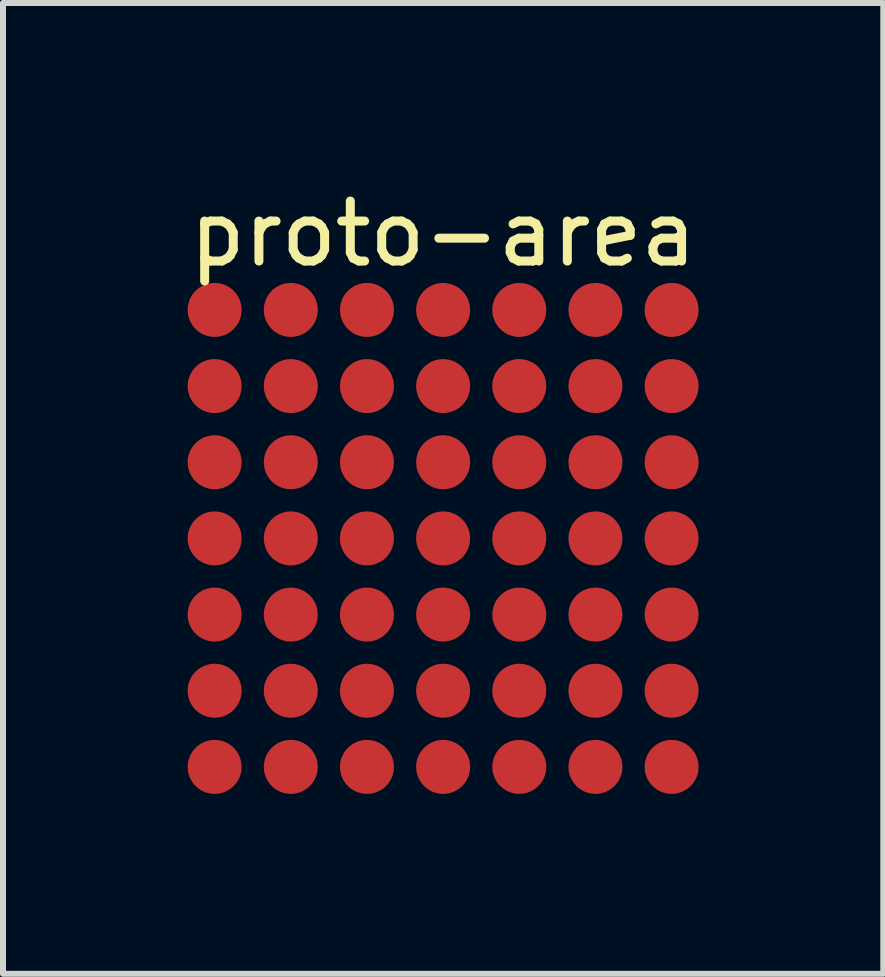
<source format=kicad_pcb>
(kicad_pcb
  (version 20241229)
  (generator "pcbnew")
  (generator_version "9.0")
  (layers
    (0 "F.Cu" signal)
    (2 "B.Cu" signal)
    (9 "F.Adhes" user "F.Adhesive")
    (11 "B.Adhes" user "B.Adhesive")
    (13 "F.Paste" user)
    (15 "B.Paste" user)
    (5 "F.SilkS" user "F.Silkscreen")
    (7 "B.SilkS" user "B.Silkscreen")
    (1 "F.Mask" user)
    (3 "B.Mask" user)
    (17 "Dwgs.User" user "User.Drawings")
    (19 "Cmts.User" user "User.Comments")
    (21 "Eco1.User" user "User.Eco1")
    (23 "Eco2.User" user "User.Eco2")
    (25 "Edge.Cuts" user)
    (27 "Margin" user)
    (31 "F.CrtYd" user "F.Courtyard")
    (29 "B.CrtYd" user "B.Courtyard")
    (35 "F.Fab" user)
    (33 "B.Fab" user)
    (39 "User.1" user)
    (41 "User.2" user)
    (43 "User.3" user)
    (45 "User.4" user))
  (footprint "proto-area"
    (layer "F.Cu")
    (at 4.339 5.928)
    (property "Reference" "proto-area" (at 0 -5.08 0) (layer "F.SilkS") (effects (font (size 1 1) (thickness 0.15))))
    (attr smd)
    (pad "" smd circle (at -3.81 -3.81) (size 0.9 0.9) (layers "F.Cu" "F.Mask"))
    (pad "" smd circle (at -3.81 -2.54) (size 0.9 0.9) (layers "F.Cu" "F.Mask"))
    (pad "" smd circle (at -3.81 -1.27) (size 0.9 0.9) (layers "F.Cu" "F.Mask"))
    (pad "" smd circle (at -3.81 0) (size 0.9 0.9) (layers "F.Cu" "F.Mask"))
    (pad "" smd circle (at -3.81 1.27) (size 0.9 0.9) (layers "F.Cu" "F.Mask"))
    (pad "" smd circle (at -3.81 2.54) (size 0.9 0.9) (layers "F.Cu" "F.Mask"))
    (pad "" smd circle (at -3.81 3.81) (size 0.9 0.9) (layers "F.Cu" "F.Mask"))
    (pad "" smd circle (at -2.54 -3.81) (size 0.9 0.9) (layers "F.Cu" "F.Mask"))
    (pad "" smd circle (at -2.54 -2.54) (size 0.9 0.9) (layers "F.Cu" "F.Mask"))
    (pad "" smd circle (at -2.54 -1.27) (size 0.9 0.9) (layers "F.Cu" "F.Mask"))
    (pad "" smd circle (at -2.54 0) (size 0.9 0.9) (layers "F.Cu" "F.Mask"))
    (pad "" smd circle (at -2.54 1.27) (size 0.9 0.9) (layers "F.Cu" "F.Mask"))
    (pad "" smd circle (at -2.54 2.54) (size 0.9 0.9) (layers "F.Cu" "F.Mask"))
    (pad "" smd circle (at -2.54 3.81) (size 0.9 0.9) (layers "F.Cu" "F.Mask"))
    (pad "" smd circle (at -1.27 -3.81) (size 0.9 0.9) (layers "F.Cu" "F.Mask"))
    (pad "" smd circle (at -1.27 -2.54) (size 0.9 0.9) (layers "F.Cu" "F.Mask"))
    (pad "" smd circle (at -1.27 -1.27) (size 0.9 0.9) (layers "F.Cu" "F.Mask"))
    (pad "" smd circle (at -1.27 0) (size 0.9 0.9) (layers "F.Cu" "F.Mask"))
    (pad "" smd circle (at -1.27 1.27) (size 0.9 0.9) (layers "F.Cu" "F.Mask"))
    (pad "" smd circle (at -1.27 2.54) (size 0.9 0.9) (layers "F.Cu" "F.Mask"))
    (pad "" smd circle (at -1.27 3.81) (size 0.9 0.9) (layers "F.Cu" "F.Mask"))
    (pad "" smd circle (at 0 -3.81) (size 0.9 0.9) (layers "F.Cu" "F.Mask"))
    (pad "" smd circle (at 0 -2.54) (size 0.9 0.9) (layers "F.Cu" "F.Mask"))
    (pad "" smd circle (at 0 -1.27) (size 0.9 0.9) (layers "F.Cu" "F.Mask"))
    (pad "" smd circle (at 0 0) (size 0.9 0.9) (layers "F.Cu" "F.Mask"))
    (pad "" smd circle (at 0 1.27) (size 0.9 0.9) (layers "F.Cu" "F.Mask"))
    (pad "" smd circle (at 0 2.54) (size 0.9 0.9) (layers "F.Cu" "F.Mask"))
    (pad "" smd circle (at 0 3.81) (size 0.9 0.9) (layers "F.Cu" "F.Mask"))
    (pad "" smd circle (at 1.27 -3.81) (size 0.9 0.9) (layers "F.Cu" "F.Mask"))
    (pad "" smd circle (at 1.27 -2.54) (size 0.9 0.9) (layers "F.Cu" "F.Mask"))
    (pad "" smd circle (at 1.27 -1.27) (size 0.9 0.9) (layers "F.Cu" "F.Mask"))
    (pad "" smd circle (at 1.27 0) (size 0.9 0.9) (layers "F.Cu" "F.Mask"))
    (pad "" smd circle (at 1.27 1.27) (size 0.9 0.9) (layers "F.Cu" "F.Mask"))
    (pad "" smd circle (at 1.27 2.54) (size 0.9 0.9) (layers "F.Cu" "F.Mask"))
    (pad "" smd circle (at 1.27 3.81) (size 0.9 0.9) (layers "F.Cu" "F.Mask"))
    (pad "" smd circle (at 2.54 -3.81) (size 0.9 0.9) (layers "F.Cu" "F.Mask"))
    (pad "" smd circle (at 2.54 -2.54) (size 0.9 0.9) (layers "F.Cu" "F.Mask"))
    (pad "" smd circle (at 2.54 -1.27) (size 0.9 0.9) (layers "F.Cu" "F.Mask"))
    (pad "" smd circle (at 2.54 0) (size 0.9 0.9) (layers "F.Cu" "F.Mask"))
    (pad "" smd circle (at 2.54 1.27) (size 0.9 0.9) (layers "F.Cu" "F.Mask"))
    (pad "" smd circle (at 2.54 2.54) (size 0.9 0.9) (layers "F.Cu" "F.Mask"))
    (pad "" smd circle (at 2.54 3.81) (size 0.9 0.9) (layers "F.Cu" "F.Mask"))
    (pad "" smd circle (at 3.81 -3.81) (size 0.9 0.9) (layers "F.Cu" "F.Mask"))
    (pad "" smd circle (at 3.81 -2.54) (size 0.9 0.9) (layers "F.Cu" "F.Mask"))
    (pad "" smd circle (at 3.81 -1.27) (size 0.9 0.9) (layers "F.Cu" "F.Mask"))
    (pad "" smd circle (at 3.81 0) (size 0.9 0.9) (layers "F.Cu" "F.Mask"))
    (pad "" smd circle (at 3.81 1.27) (size 0.9 0.9) (layers "F.Cu" "F.Mask"))
    (pad "" smd circle (at 3.81 2.54) (size 0.9 0.9) (layers "F.Cu" "F.Mask"))
    (pad "" smd circle (at 3.81 3.81) (size 0.9 0.9) (layers "F.Cu" "F.Mask")))
  (gr_rect
    (start -3 -3)
    (end 11.679 13.188)
    (stroke (width 0.1) (type default))
    (fill no)
    (layer "Edge.Cuts")))
</source>
